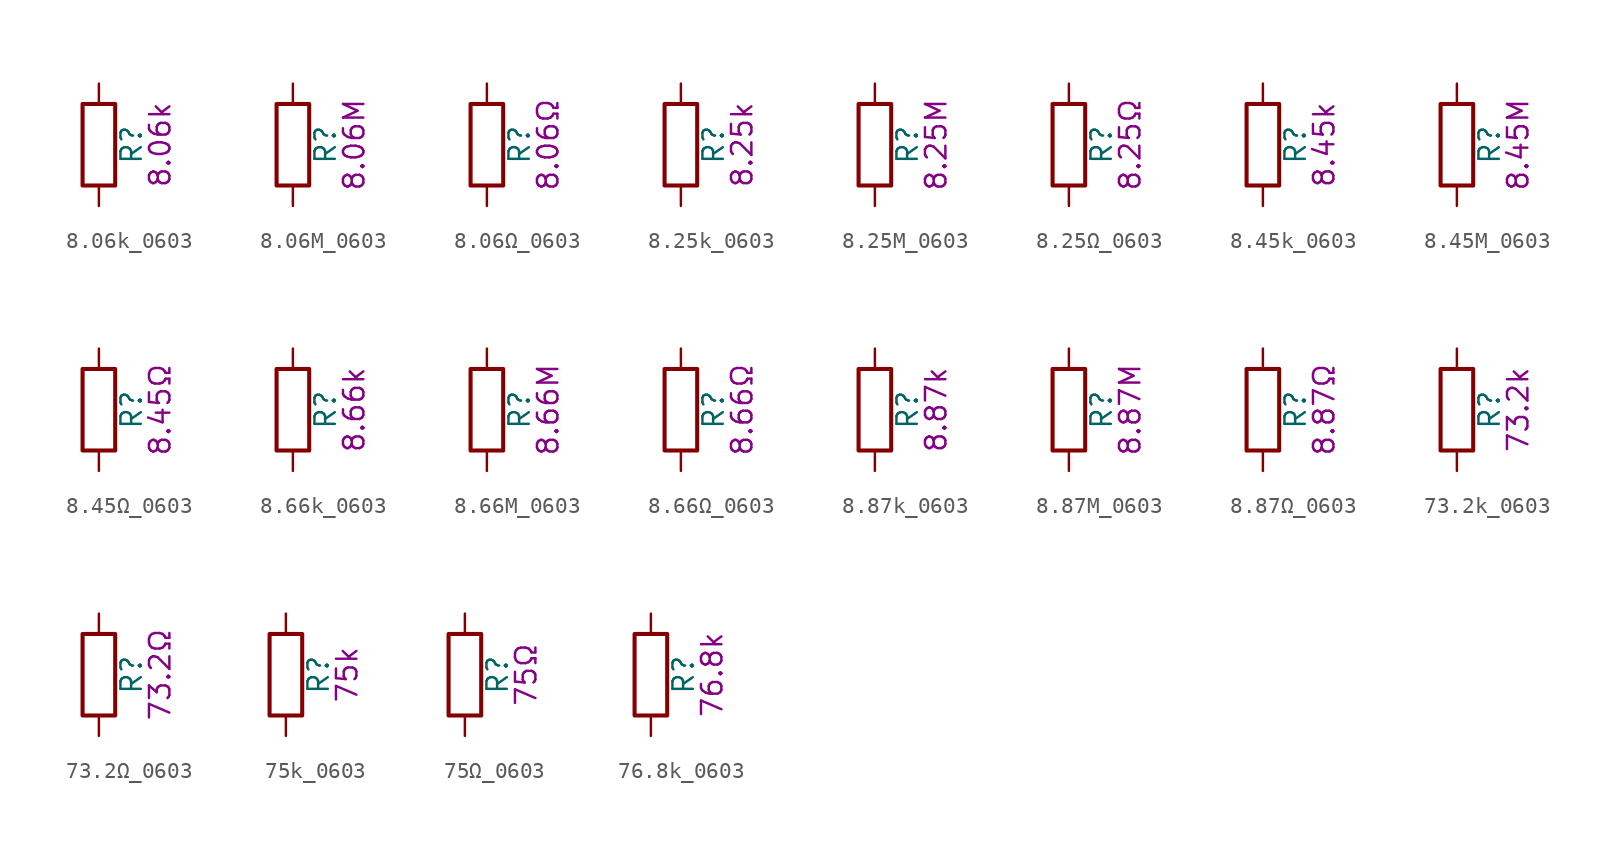
<source format=kicad_sym>
(kicad_symbol_lib
  (version 20211014)
  (generator kicad_symbol_editor)
  (symbol "8.06k_0603"
    (pin_numbers hide)
    (pin_names
      (offset 0))
    (property "Reference" "R"
      (at 2.032 0 90)
      (effects (font (size 1.27 1.27))))
    (property "Display" "8.06k"
      (at 3.81 0 90)
      (effects (font (size 1.27 1.27))))
    (symbol "8.06k_0603_0_1"
      (rectangle (start -1.016 -2.54) (end 1.016 2.54) (stroke (width 0.254) (type default) (color 0 0 0 0)) (fill (type none))))
    (symbol "8.06k_0603_1_1"
      (pin passive line (at 0 3.81 270) (length 1.27) (name "~" (effects (font (size 1.27 1.27)))) (number "1" (effects (font (size 1.27 1.27)))))
      (pin passive line (at 0 -3.81 90) (length 1.27) (name "~" (effects (font (size 1.27 1.27)))) (number "2" (effects (font (size 1.27 1.27)))))))
  (symbol "8.06M_0603"
    (pin_numbers hide)
    (pin_names
      (offset 0))
    (property "Reference" "R"
      (at 2.032 0 90)
      (effects (font (size 1.27 1.27))))
    (property "Display" "8.06M"
      (at 3.81 0 90)
      (effects (font (size 1.27 1.27))))
    (symbol "8.06M_0603_0_1"
      (rectangle (start -1.016 -2.54) (end 1.016 2.54) (stroke (width 0.254) (type default) (color 0 0 0 0)) (fill (type none))))
    (symbol "8.06M_0603_1_1"
      (pin passive line (at 0 3.81 270) (length 1.27) (name "~" (effects (font (size 1.27 1.27)))) (number "1" (effects (font (size 1.27 1.27)))))
      (pin passive line (at 0 -3.81 90) (length 1.27) (name "~" (effects (font (size 1.27 1.27)))) (number "2" (effects (font (size 1.27 1.27)))))))
  (symbol "8.06Ω_0603"
    (pin_numbers hide)
    (pin_names
      (offset 0))
    (property "Reference" "R"
      (at 2.032 0 90)
      (effects (font (size 1.27 1.27))))
    (property "Display" "8.06Ω"
      (at 3.81 0 90)
      (effects (font (size 1.27 1.27))))
    (symbol "8.06Ω_0603_0_1"
      (rectangle (start -1.016 -2.54) (end 1.016 2.54) (stroke (width 0.254) (type default) (color 0 0 0 0)) (fill (type none))))
    (symbol "8.06Ω_0603_1_1"
      (pin passive line (at 0 3.81 270) (length 1.27) (name "~" (effects (font (size 1.27 1.27)))) (number "1" (effects (font (size 1.27 1.27)))))
      (pin passive line (at 0 -3.81 90) (length 1.27) (name "~" (effects (font (size 1.27 1.27)))) (number "2" (effects (font (size 1.27 1.27)))))))
  (symbol "8.25k_0603"
    (pin_numbers hide)
    (pin_names
      (offset 0))
    (property "Reference" "R"
      (at 2.032 0 90)
      (effects (font (size 1.27 1.27))))
    (property "Display" "8.25k"
      (at 3.81 0 90)
      (effects (font (size 1.27 1.27))))
    (symbol "8.25k_0603_0_1"
      (rectangle (start -1.016 -2.54) (end 1.016 2.54) (stroke (width 0.254) (type default) (color 0 0 0 0)) (fill (type none))))
    (symbol "8.25k_0603_1_1"
      (pin passive line (at 0 3.81 270) (length 1.27) (name "~" (effects (font (size 1.27 1.27)))) (number "1" (effects (font (size 1.27 1.27)))))
      (pin passive line (at 0 -3.81 90) (length 1.27) (name "~" (effects (font (size 1.27 1.27)))) (number "2" (effects (font (size 1.27 1.27)))))))
  (symbol "8.25M_0603"
    (pin_numbers hide)
    (pin_names
      (offset 0))
    (property "Reference" "R"
      (at 2.032 0 90)
      (effects (font (size 1.27 1.27))))
    (property "Display" "8.25M"
      (at 3.81 0 90)
      (effects (font (size 1.27 1.27))))
    (symbol "8.25M_0603_0_1"
      (rectangle (start -1.016 -2.54) (end 1.016 2.54) (stroke (width 0.254) (type default) (color 0 0 0 0)) (fill (type none))))
    (symbol "8.25M_0603_1_1"
      (pin passive line (at 0 3.81 270) (length 1.27) (name "~" (effects (font (size 1.27 1.27)))) (number "1" (effects (font (size 1.27 1.27)))))
      (pin passive line (at 0 -3.81 90) (length 1.27) (name "~" (effects (font (size 1.27 1.27)))) (number "2" (effects (font (size 1.27 1.27)))))))
  (symbol "8.25Ω_0603"
    (pin_numbers hide)
    (pin_names
      (offset 0))
    (property "Reference" "R"
      (at 2.032 0 90)
      (effects (font (size 1.27 1.27))))
    (property "Display" "8.25Ω"
      (at 3.81 0 90)
      (effects (font (size 1.27 1.27))))
    (symbol "8.25Ω_0603_0_1"
      (rectangle (start -1.016 -2.54) (end 1.016 2.54) (stroke (width 0.254) (type default) (color 0 0 0 0)) (fill (type none))))
    (symbol "8.25Ω_0603_1_1"
      (pin passive line (at 0 3.81 270) (length 1.27) (name "~" (effects (font (size 1.27 1.27)))) (number "1" (effects (font (size 1.27 1.27)))))
      (pin passive line (at 0 -3.81 90) (length 1.27) (name "~" (effects (font (size 1.27 1.27)))) (number "2" (effects (font (size 1.27 1.27)))))))
  (symbol "8.45k_0603"
    (pin_numbers hide)
    (pin_names
      (offset 0))
    (property "Reference" "R"
      (at 2.032 0 90)
      (effects (font (size 1.27 1.27))))
    (property "Display" "8.45k"
      (at 3.81 0 90)
      (effects (font (size 1.27 1.27))))
    (symbol "8.45k_0603_0_1"
      (rectangle (start -1.016 -2.54) (end 1.016 2.54) (stroke (width 0.254) (type default) (color 0 0 0 0)) (fill (type none))))
    (symbol "8.45k_0603_1_1"
      (pin passive line (at 0 3.81 270) (length 1.27) (name "~" (effects (font (size 1.27 1.27)))) (number "1" (effects (font (size 1.27 1.27)))))
      (pin passive line (at 0 -3.81 90) (length 1.27) (name "~" (effects (font (size 1.27 1.27)))) (number "2" (effects (font (size 1.27 1.27)))))))
  (symbol "8.45M_0603"
    (pin_numbers hide)
    (pin_names
      (offset 0))
    (property "Reference" "R"
      (at 2.032 0 90)
      (effects (font (size 1.27 1.27))))
    (property "Display" "8.45M"
      (at 3.81 0 90)
      (effects (font (size 1.27 1.27))))
    (symbol "8.45M_0603_0_1"
      (rectangle (start -1.016 -2.54) (end 1.016 2.54) (stroke (width 0.254) (type default) (color 0 0 0 0)) (fill (type none))))
    (symbol "8.45M_0603_1_1"
      (pin passive line (at 0 3.81 270) (length 1.27) (name "~" (effects (font (size 1.27 1.27)))) (number "1" (effects (font (size 1.27 1.27)))))
      (pin passive line (at 0 -3.81 90) (length 1.27) (name "~" (effects (font (size 1.27 1.27)))) (number "2" (effects (font (size 1.27 1.27)))))))
  (symbol "8.45Ω_0603"
    (pin_numbers hide)
    (pin_names
      (offset 0))
    (property "Reference" "R"
      (at 2.032 0 90)
      (effects (font (size 1.27 1.27))))
    (property "Display" "8.45Ω"
      (at 3.81 0 90)
      (effects (font (size 1.27 1.27))))
    (symbol "8.45Ω_0603_0_1"
      (rectangle (start -1.016 -2.54) (end 1.016 2.54) (stroke (width 0.254) (type default) (color 0 0 0 0)) (fill (type none))))
    (symbol "8.45Ω_0603_1_1"
      (pin passive line (at 0 3.81 270) (length 1.27) (name "~" (effects (font (size 1.27 1.27)))) (number "1" (effects (font (size 1.27 1.27)))))
      (pin passive line (at 0 -3.81 90) (length 1.27) (name "~" (effects (font (size 1.27 1.27)))) (number "2" (effects (font (size 1.27 1.27)))))))
  (symbol "8.66k_0603"
    (pin_numbers hide)
    (pin_names
      (offset 0))
    (property "Reference" "R"
      (at 2.032 0 90)
      (effects (font (size 1.27 1.27))))
    (property "Display" "8.66k"
      (at 3.81 0 90)
      (effects (font (size 1.27 1.27))))
    (symbol "8.66k_0603_0_1"
      (rectangle (start -1.016 -2.54) (end 1.016 2.54) (stroke (width 0.254) (type default) (color 0 0 0 0)) (fill (type none))))
    (symbol "8.66k_0603_1_1"
      (pin passive line (at 0 3.81 270) (length 1.27) (name "~" (effects (font (size 1.27 1.27)))) (number "1" (effects (font (size 1.27 1.27)))))
      (pin passive line (at 0 -3.81 90) (length 1.27) (name "~" (effects (font (size 1.27 1.27)))) (number "2" (effects (font (size 1.27 1.27)))))))
  (symbol "8.66M_0603"
    (pin_numbers hide)
    (pin_names
      (offset 0))
    (property "Reference" "R"
      (at 2.032 0 90)
      (effects (font (size 1.27 1.27))))
    (property "Display" "8.66M"
      (at 3.81 0 90)
      (effects (font (size 1.27 1.27))))
    (symbol "8.66M_0603_0_1"
      (rectangle (start -1.016 -2.54) (end 1.016 2.54) (stroke (width 0.254) (type default) (color 0 0 0 0)) (fill (type none))))
    (symbol "8.66M_0603_1_1"
      (pin passive line (at 0 3.81 270) (length 1.27) (name "~" (effects (font (size 1.27 1.27)))) (number "1" (effects (font (size 1.27 1.27)))))
      (pin passive line (at 0 -3.81 90) (length 1.27) (name "~" (effects (font (size 1.27 1.27)))) (number "2" (effects (font (size 1.27 1.27)))))))
  (symbol "8.66Ω_0603"
    (pin_numbers hide)
    (pin_names
      (offset 0))
    (property "Reference" "R"
      (at 2.032 0 90)
      (effects (font (size 1.27 1.27))))
    (property "Display" "8.66Ω"
      (at 3.81 0 90)
      (effects (font (size 1.27 1.27))))
    (symbol "8.66Ω_0603_0_1"
      (rectangle (start -1.016 -2.54) (end 1.016 2.54) (stroke (width 0.254) (type default) (color 0 0 0 0)) (fill (type none))))
    (symbol "8.66Ω_0603_1_1"
      (pin passive line (at 0 3.81 270) (length 1.27) (name "~" (effects (font (size 1.27 1.27)))) (number "1" (effects (font (size 1.27 1.27)))))
      (pin passive line (at 0 -3.81 90) (length 1.27) (name "~" (effects (font (size 1.27 1.27)))) (number "2" (effects (font (size 1.27 1.27)))))))
  (symbol "8.87k_0603"
    (pin_numbers hide)
    (pin_names
      (offset 0))
    (property "Reference" "R"
      (at 2.032 0 90)
      (effects (font (size 1.27 1.27))))
    (property "Display" "8.87k"
      (at 3.81 0 90)
      (effects (font (size 1.27 1.27))))
    (symbol "8.87k_0603_0_1"
      (rectangle (start -1.016 -2.54) (end 1.016 2.54) (stroke (width 0.254) (type default) (color 0 0 0 0)) (fill (type none))))
    (symbol "8.87k_0603_1_1"
      (pin passive line (at 0 3.81 270) (length 1.27) (name "~" (effects (font (size 1.27 1.27)))) (number "1" (effects (font (size 1.27 1.27)))))
      (pin passive line (at 0 -3.81 90) (length 1.27) (name "~" (effects (font (size 1.27 1.27)))) (number "2" (effects (font (size 1.27 1.27)))))))
  (symbol "8.87M_0603"
    (pin_numbers hide)
    (pin_names
      (offset 0))
    (property "Reference" "R"
      (at 2.032 0 90)
      (effects (font (size 1.27 1.27))))
    (property "Display" "8.87M"
      (at 3.81 0 90)
      (effects (font (size 1.27 1.27))))
    (symbol "8.87M_0603_0_1"
      (rectangle (start -1.016 -2.54) (end 1.016 2.54) (stroke (width 0.254) (type default) (color 0 0 0 0)) (fill (type none))))
    (symbol "8.87M_0603_1_1"
      (pin passive line (at 0 3.81 270) (length 1.27) (name "~" (effects (font (size 1.27 1.27)))) (number "1" (effects (font (size 1.27 1.27)))))
      (pin passive line (at 0 -3.81 90) (length 1.27) (name "~" (effects (font (size 1.27 1.27)))) (number "2" (effects (font (size 1.27 1.27)))))))
  (symbol "8.87Ω_0603"
    (pin_numbers hide)
    (pin_names
      (offset 0))
    (property "Reference" "R"
      (at 2.032 0 90)
      (effects (font (size 1.27 1.27))))
    (property "Display" "8.87Ω"
      (at 3.81 0 90)
      (effects (font (size 1.27 1.27))))
    (symbol "8.87Ω_0603_0_1"
      (rectangle (start -1.016 -2.54) (end 1.016 2.54) (stroke (width 0.254) (type default) (color 0 0 0 0)) (fill (type none))))
    (symbol "8.87Ω_0603_1_1"
      (pin passive line (at 0 3.81 270) (length 1.27) (name "~" (effects (font (size 1.27 1.27)))) (number "1" (effects (font (size 1.27 1.27)))))
      (pin passive line (at 0 -3.81 90) (length 1.27) (name "~" (effects (font (size 1.27 1.27)))) (number "2" (effects (font (size 1.27 1.27)))))))
  (symbol "73.2k_0603"
    (pin_numbers hide)
    (pin_names
      (offset 0))
    (property "Reference" "R"
      (at 2.032 0 90)
      (effects (font (size 1.27 1.27))))
    (property "Display" "73.2k"
      (at 3.81 0 90)
      (effects (font (size 1.27 1.27))))
    (symbol "73.2k_0603_0_1"
      (rectangle (start -1.016 -2.54) (end 1.016 2.54) (stroke (width 0.254) (type default) (color 0 0 0 0)) (fill (type none))))
    (symbol "73.2k_0603_1_1"
      (pin passive line (at 0 3.81 270) (length 1.27) (name "~" (effects (font (size 1.27 1.27)))) (number "1" (effects (font (size 1.27 1.27)))))
      (pin passive line (at 0 -3.81 90) (length 1.27) (name "~" (effects (font (size 1.27 1.27)))) (number "2" (effects (font (size 1.27 1.27)))))))
  (symbol "73.2Ω_0603"
    (pin_numbers hide)
    (pin_names
      (offset 0))
    (property "Reference" "R"
      (at 2.032 0 90)
      (effects (font (size 1.27 1.27))))
    (property "Display" "73.2Ω"
      (at 3.81 0 90)
      (effects (font (size 1.27 1.27))))
    (symbol "73.2Ω_0603_0_1"
      (rectangle (start -1.016 -2.54) (end 1.016 2.54) (stroke (width 0.254) (type default) (color 0 0 0 0)) (fill (type none))))
    (symbol "73.2Ω_0603_1_1"
      (pin passive line (at 0 3.81 270) (length 1.27) (name "~" (effects (font (size 1.27 1.27)))) (number "1" (effects (font (size 1.27 1.27)))))
      (pin passive line (at 0 -3.81 90) (length 1.27) (name "~" (effects (font (size 1.27 1.27)))) (number "2" (effects (font (size 1.27 1.27)))))))
  (symbol "75k_0603"
    (pin_numbers hide)
    (pin_names
      (offset 0))
    (property "Reference" "R"
      (at 2.032 0 90)
      (effects (font (size 1.27 1.27))))
    (property "Display" "75k"
      (at 3.81 0 90)
      (effects (font (size 1.27 1.27))))
    (symbol "75k_0603_0_1"
      (rectangle (start -1.016 -2.54) (end 1.016 2.54) (stroke (width 0.254) (type default) (color 0 0 0 0)) (fill (type none))))
    (symbol "75k_0603_1_1"
      (pin passive line (at 0 3.81 270) (length 1.27) (name "~" (effects (font (size 1.27 1.27)))) (number "1" (effects (font (size 1.27 1.27)))))
      (pin passive line (at 0 -3.81 90) (length 1.27) (name "~" (effects (font (size 1.27 1.27)))) (number "2" (effects (font (size 1.27 1.27)))))))
  (symbol "75Ω_0603"
    (pin_numbers hide)
    (pin_names
      (offset 0))
    (property "Reference" "R"
      (at 2.032 0 90)
      (effects (font (size 1.27 1.27))))
    (property "Display" "75Ω"
      (at 3.81 0 90)
      (effects (font (size 1.27 1.27))))
    (symbol "75Ω_0603_0_1"
      (rectangle (start -1.016 -2.54) (end 1.016 2.54) (stroke (width 0.254) (type default) (color 0 0 0 0)) (fill (type none))))
    (symbol "75Ω_0603_1_1"
      (pin passive line (at 0 3.81 270) (length 1.27) (name "~" (effects (font (size 1.27 1.27)))) (number "1" (effects (font (size 1.27 1.27)))))
      (pin passive line (at 0 -3.81 90) (length 1.27) (name "~" (effects (font (size 1.27 1.27)))) (number "2" (effects (font (size 1.27 1.27)))))))
  (symbol "76.8k_0603"
    (pin_numbers hide)
    (pin_names
      (offset 0))
    (property "Reference" "R"
      (at 2.032 0 90)
      (effects (font (size 1.27 1.27))))
    (property "Display" "76.8k"
      (at 3.81 0 90)
      (effects (font (size 1.27 1.27))))
    (symbol "76.8k_0603_0_1"
      (rectangle (start -1.016 -2.54) (end 1.016 2.54) (stroke (width 0.254) (type default) (color 0 0 0 0)) (fill (type none))))
    (symbol "76.8k_0603_1_1"
      (pin passive line (at 0 3.81 270) (length 1.27) (name "~" (effects (font (size 1.27 1.27)))) (number "1" (effects (font (size 1.27 1.27)))))
      (pin passive line (at 0 -3.81 90) (length 1.27) (name "~" (effects (font (size 1.27 1.27)))) (number "2" (effects (font (size 1.27 1.27))))))))
</source>
